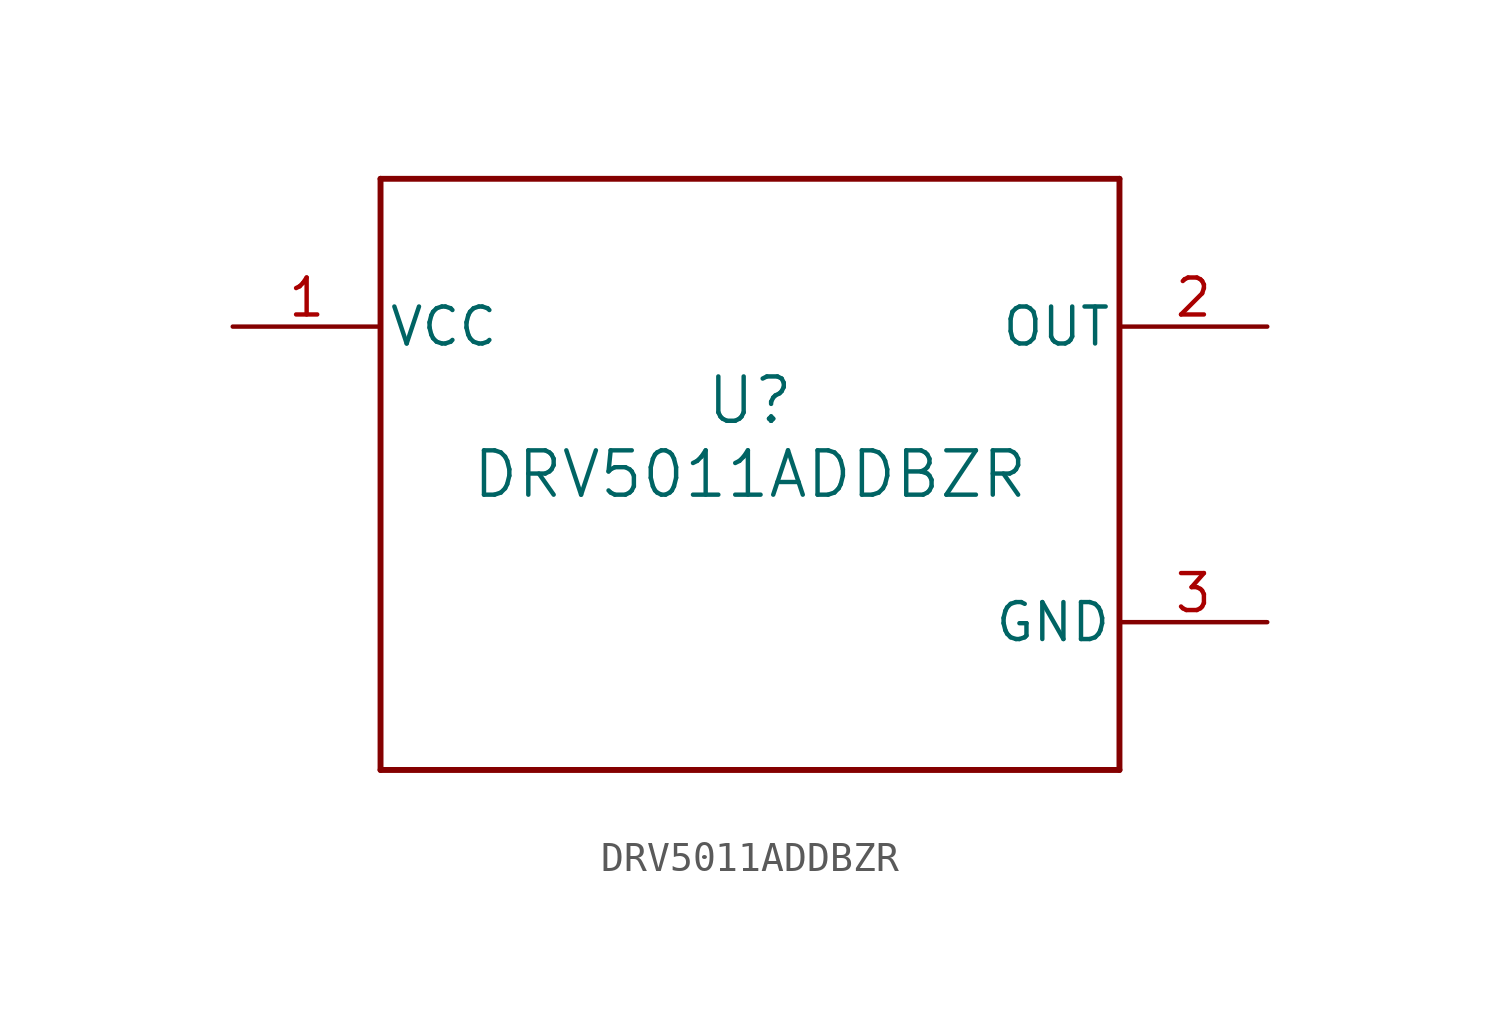
<source format=kicad_sym>
(kicad_symbol_lib
  (version 20211014)
  (generator kicad_symbol_editor)
  (symbol "DRV5011ADDBZR"
    (pin_names
      (offset 0.254))
    (property "Reference" "U"
      (at 0 2.54 0)
      (effects (font (size 1.524 1.524))))
    (property "Value" "DRV5011ADDBZR"
      (at 0 0 0)
      (effects (font (size 1.524 1.524))))
    (symbol "DRV5011ADDBZR_0_1"
      (polyline (pts (xy -12.7 -10.16) (xy 12.7 -10.16)) (stroke (width 0.203) (type default) (color 0 0 0 0)) (fill (type none)))
      (polyline (pts (xy 12.7 -10.16) (xy 12.7 10.16)) (stroke (width 0.203) (type default) (color 0 0 0 0)) (fill (type none)))
      (polyline (pts (xy 12.7 10.16) (xy -12.7 10.16)) (stroke (width 0.203) (type default) (color 0 0 0 0)) (fill (type none)))
      (polyline (pts (xy -12.7 10.16) (xy -12.7 -10.16)) (stroke (width 0.203) (type default) (color 0 0 0 0)) (fill (type none)))
      (pin power_in line (at -17.78 5.08 0) (length 5.08) (name "VCC" (effects (font (size 1.27 1.27)))) (number "1" (effects (font (size 1.27 1.27)))))
      (pin output line (at 17.78 5.08 180) (length 5.08) (name "OUT" (effects (font (size 1.27 1.27)))) (number "2" (effects (font (size 1.27 1.27)))))
      (pin power_in line (at 17.78 -5.08 180) (length 5.08) (name "GND" (effects (font (size 1.27 1.27)))) (number "3" (effects (font (size 1.27 1.27))))))))
</source>
